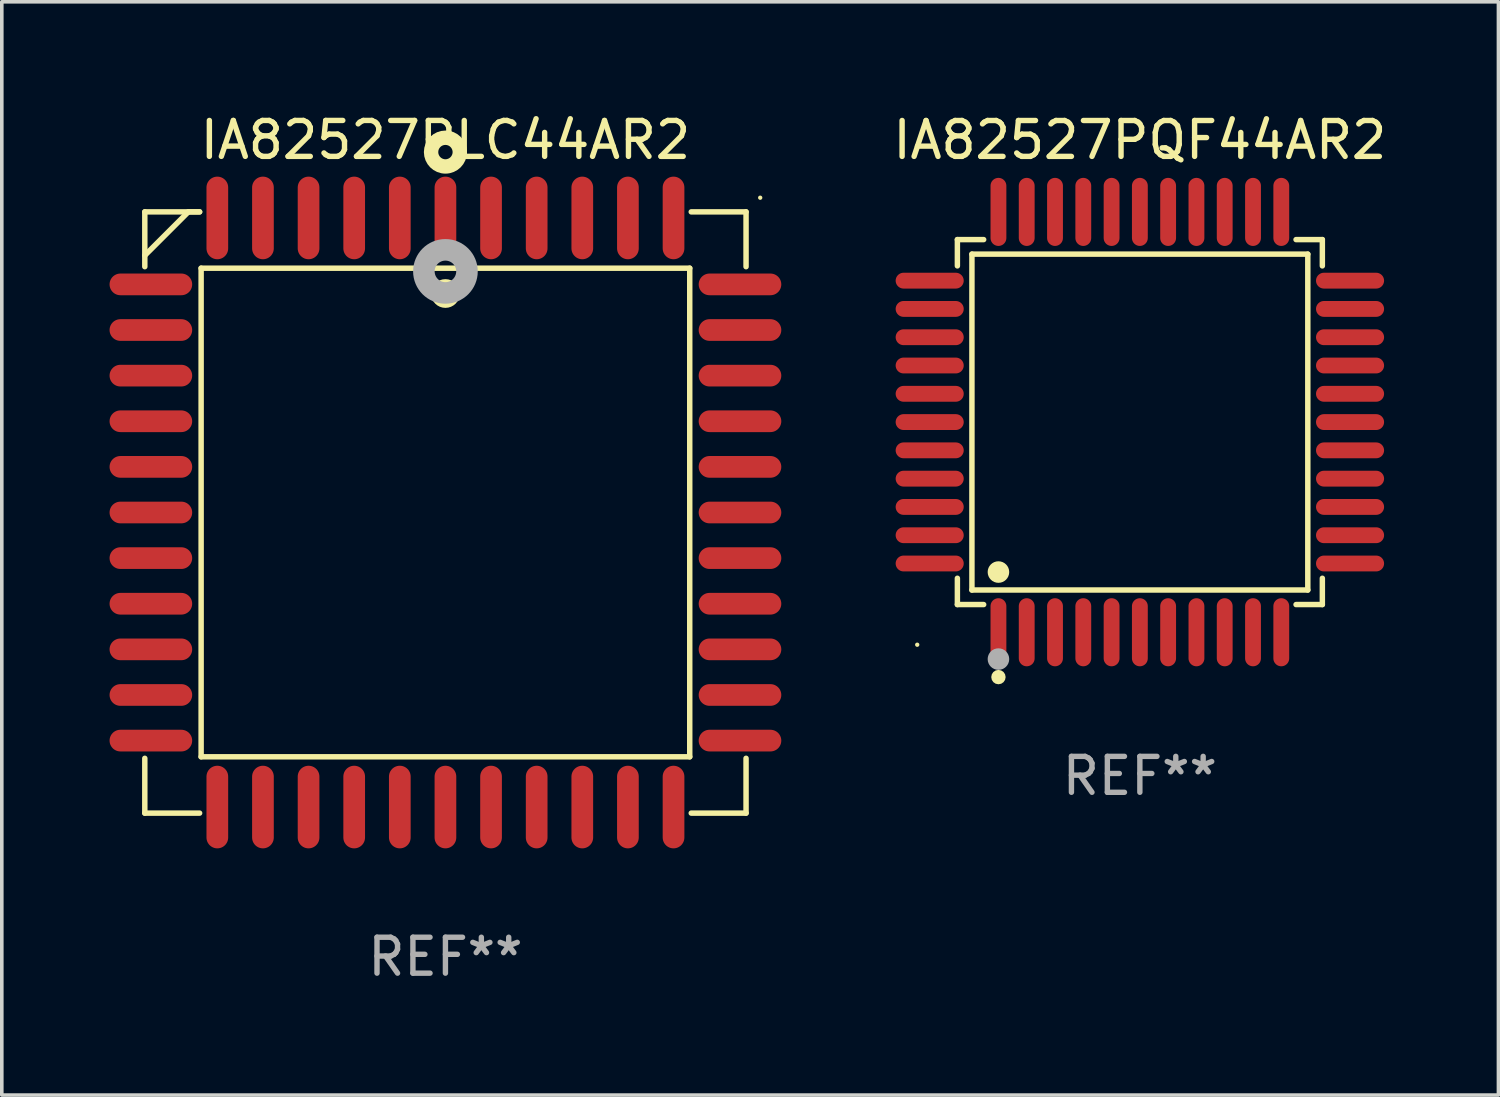
<source format=kicad_pcb>
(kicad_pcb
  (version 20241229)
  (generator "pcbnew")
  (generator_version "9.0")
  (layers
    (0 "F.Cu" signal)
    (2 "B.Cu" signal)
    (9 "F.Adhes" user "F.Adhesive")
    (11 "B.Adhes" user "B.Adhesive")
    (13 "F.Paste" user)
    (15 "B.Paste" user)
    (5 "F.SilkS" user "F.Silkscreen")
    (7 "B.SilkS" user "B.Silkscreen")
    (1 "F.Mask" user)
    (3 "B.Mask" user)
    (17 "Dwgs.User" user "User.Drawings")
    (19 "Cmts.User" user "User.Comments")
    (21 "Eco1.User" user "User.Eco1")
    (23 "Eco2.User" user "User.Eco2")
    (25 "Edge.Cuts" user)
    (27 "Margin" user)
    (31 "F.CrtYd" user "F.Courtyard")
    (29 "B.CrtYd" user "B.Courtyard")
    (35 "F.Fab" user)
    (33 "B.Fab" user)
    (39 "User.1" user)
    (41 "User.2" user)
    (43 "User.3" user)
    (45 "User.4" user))
  (footprint "IA82527PLC44AR2"
    (layer "F.Cu")
    (at 9.35 11.217)
    (property "Reference" "IA82527PLC44AR2" (at 0 -10.369 0) (layer "F.SilkS") (effects (font (size 1 1) (thickness 0.15))))
    (attr through_hole)
    (fp_line (start -8.369 -8.369) (end -8.369 -6.843) (stroke (width 0.152) (type solid)) (layer "F.SilkS"))
    (fp_line (start -8.369 8.369) (end -8.369 6.843) (stroke (width 0.152) (type solid)) (layer "F.SilkS"))
    (fp_line (start -7.156 -8.369) (end -8.369 -7.156) (stroke (width 0.152) (type solid)) (layer "F.SilkS"))
    (fp_line (start -6.843 -8.369) (end -8.369 -8.369) (stroke (width 0.152) (type solid)) (layer "F.SilkS"))
    (fp_line (start -6.843 -8.369) (end -7.156 -8.369) (stroke (width 0.152) (type solid)) (layer "F.SilkS"))
    (fp_line (start -6.843 8.369) (end -8.369 8.369) (stroke (width 0.152) (type solid)) (layer "F.SilkS"))
    (fp_line (start -6.801 -6.801) (end 6.801 -6.801) (stroke (width 0.152) (type solid)) (layer "F.SilkS"))
    (fp_line (start -6.801 6.801) (end -6.801 -6.801) (stroke (width 0.152) (type solid)) (layer "F.SilkS"))
    (fp_line (start 6.801 -6.801) (end 6.801 6.801) (stroke (width 0.152) (type solid)) (layer "F.SilkS"))
    (fp_line (start 6.801 6.801) (end -6.801 6.801) (stroke (width 0.152) (type solid)) (layer "F.SilkS"))
    (fp_line (start 6.843 -8.369) (end 8.369 -8.369) (stroke (width 0.152) (type solid)) (layer "F.SilkS"))
    (fp_line (start 6.843 8.369) (end 8.369 8.369) (stroke (width 0.152) (type solid)) (layer "F.SilkS"))
    (fp_line (start 8.369 -8.369) (end 8.369 -6.843) (stroke (width 0.152) (type solid)) (layer "F.SilkS"))
    (fp_line (start 8.369 8.369) (end 8.369 6.843) (stroke (width 0.152) (type solid)) (layer "F.SilkS"))
    (fp_circle (center -0.000013 -6.096) (end 0.2 -6.096) (stroke (width 0.4) (type solid)) (fill no) (layer "F.SilkS"))
    (fp_circle (center 0.000114 -10.033) (end 0.2 -10.033) (stroke (width 0.4) (type solid)) (fill no) (layer "F.SilkS"))
    (fp_circle (center 8.763 -8.763) (end 8.793 -8.763) (stroke (width 0.06) (type solid)) (fill no) (layer "F.SilkS"))
    (fp_circle (center 0.000114 -6.712) (end 0.3 -6.712) (stroke (width 0.6) (type solid)) (fill no) (layer "F.Fab"))
    (fp_text user "REF**" (at 0 12.369 0) (layer "F.Fab") (effects (font (size 1 1) (thickness 0.15))))
    (pad "1" smd oval (at 0.000114 -8.2) (size 0.604 2.3) (layers "F.Cu" "F.Mask" "F.Paste"))
    (pad "2" smd oval (at -1.27 -8.2) (size 0.604 2.3) (layers "F.Cu" "F.Mask" "F.Paste"))
    (pad "3" smd oval (at -2.54 -8.2) (size 0.604 2.3) (layers "F.Cu" "F.Mask" "F.Paste"))
    (pad "4" smd oval (at -3.81 -8.2) (size 0.604 2.3) (layers "F.Cu" "F.Mask" "F.Paste"))
    (pad "5" smd oval (at -5.08 -8.2) (size 0.604 2.3) (layers "F.Cu" "F.Mask" "F.Paste"))
    (pad "6" smd oval (at -6.35 -8.2) (size 0.604 2.3) (layers "F.Cu" "F.Mask" "F.Paste"))
    (pad "7" smd oval (at -8.2 -6.35) (size 2.3 0.604) (layers "F.Cu" "F.Mask" "F.Paste"))
    (pad "8" smd oval (at -8.2 -5.08) (size 2.3 0.604) (layers "F.Cu" "F.Mask" "F.Paste"))
    (pad "9" smd oval (at -8.2 -3.81) (size 2.3 0.604) (layers "F.Cu" "F.Mask" "F.Paste"))
    (pad "10" smd oval (at -8.2 -2.54) (size 2.3 0.604) (layers "F.Cu" "F.Mask" "F.Paste"))
    (pad "11" smd oval (at -8.2 -1.27) (size 2.3 0.604) (layers "F.Cu" "F.Mask" "F.Paste"))
    (pad "12" smd oval (at -8.2 0.000127) (size 2.3 0.604) (layers "F.Cu" "F.Mask" "F.Paste"))
    (pad "13" smd oval (at -8.2 1.27) (size 2.3 0.604) (layers "F.Cu" "F.Mask" "F.Paste"))
    (pad "14" smd oval (at -8.2 2.54) (size 2.3 0.604) (layers "F.Cu" "F.Mask" "F.Paste"))
    (pad "15" smd oval (at -8.2 3.81) (size 2.3 0.604) (layers "F.Cu" "F.Mask" "F.Paste"))
    (pad "16" smd oval (at -8.2 5.08) (size 2.3 0.604) (layers "F.Cu" "F.Mask" "F.Paste"))
    (pad "17" smd oval (at -8.2 6.35) (size 2.3 0.604) (layers "F.Cu" "F.Mask" "F.Paste"))
    (pad "18" smd oval (at -6.35 8.2) (size 0.604 2.3) (layers "F.Cu" "F.Mask" "F.Paste"))
    (pad "19" smd oval (at -5.08 8.2) (size 0.604 2.3) (layers "F.Cu" "F.Mask" "F.Paste"))
    (pad "20" smd oval (at -3.81 8.2) (size 0.604 2.3) (layers "F.Cu" "F.Mask" "F.Paste"))
    (pad "21" smd oval (at -2.54 8.2) (size 0.604 2.3) (layers "F.Cu" "F.Mask" "F.Paste"))
    (pad "22" smd oval (at -1.27 8.2) (size 0.604 2.3) (layers "F.Cu" "F.Mask" "F.Paste"))
    (pad "23" smd oval (at 0.000114 8.2) (size 0.604 2.3) (layers "F.Cu" "F.Mask" "F.Paste"))
    (pad "24" smd oval (at 1.27 8.2) (size 0.604 2.3) (layers "F.Cu" "F.Mask" "F.Paste"))
    (pad "25" smd oval (at 2.54 8.2) (size 0.604 2.3) (layers "F.Cu" "F.Mask" "F.Paste"))
    (pad "26" smd oval (at 3.81 8.2) (size 0.604 2.3) (layers "F.Cu" "F.Mask" "F.Paste"))
    (pad "27" smd oval (at 5.08 8.2) (size 0.604 2.3) (layers "F.Cu" "F.Mask" "F.Paste"))
    (pad "28" smd oval (at 6.35 8.2) (size 0.604 2.3) (layers "F.Cu" "F.Mask" "F.Paste"))
    (pad "29" smd oval (at 8.2 6.35) (size 2.3 0.604) (layers "F.Cu" "F.Mask" "F.Paste"))
    (pad "30" smd oval (at 8.2 5.08) (size 2.3 0.604) (layers "F.Cu" "F.Mask" "F.Paste"))
    (pad "31" smd oval (at 8.2 3.81) (size 2.3 0.604) (layers "F.Cu" "F.Mask" "F.Paste"))
    (pad "32" smd oval (at 8.2 2.54) (size 2.3 0.604) (layers "F.Cu" "F.Mask" "F.Paste"))
    (pad "33" smd oval (at 8.2 1.27) (size 2.3 0.604) (layers "F.Cu" "F.Mask" "F.Paste"))
    (pad "34" smd oval (at 8.2 0.000127) (size 2.3 0.604) (layers "F.Cu" "F.Mask" "F.Paste"))
    (pad "35" smd oval (at 8.2 -1.27) (size 2.3 0.604) (layers "F.Cu" "F.Mask" "F.Paste"))
    (pad "36" smd oval (at 8.2 -2.54) (size 2.3 0.604) (layers "F.Cu" "F.Mask" "F.Paste"))
    (pad "37" smd oval (at 8.2 -3.81) (size 2.3 0.604) (layers "F.Cu" "F.Mask" "F.Paste"))
    (pad "38" smd oval (at 8.2 -5.08) (size 2.3 0.604) (layers "F.Cu" "F.Mask" "F.Paste"))
    (pad "39" smd oval (at 8.2 -6.35) (size 2.3 0.604) (layers "F.Cu" "F.Mask" "F.Paste"))
    (pad "40" smd oval (at 6.35 -8.2) (size 0.604 2.3) (layers "F.Cu" "F.Mask" "F.Paste"))
    (pad "41" smd oval (at 5.08 -8.2) (size 0.604 2.3) (layers "F.Cu" "F.Mask" "F.Paste"))
    (pad "42" smd oval (at 3.81 -8.2) (size 0.604 2.3) (layers "F.Cu" "F.Mask" "F.Paste"))
    (pad "43" smd oval (at 2.54 -8.2) (size 0.604 2.3) (layers "F.Cu" "F.Mask" "F.Paste"))
    (pad "44" smd oval (at 1.27 -8.2) (size 0.604 2.3) (layers "F.Cu" "F.Mask" "F.Paste")))
  (footprint "IA82527PQF44AR2"
    (layer "F.Cu")
    (at 28.682 8.7)
    (property "Reference" "IA82527PQF44AR2" (at 0 -7.851 0) (layer "F.SilkS") (effects (font (size 1 1) (thickness 0.15))))
    (attr through_hole)
    (fp_line (start -5.08 -5.08) (end -4.348 -5.08) (stroke (width 0.152) (type solid)) (layer "F.SilkS"))
    (fp_line (start -5.08 -4.348) (end -5.08 -5.08) (stroke (width 0.152) (type solid)) (layer "F.SilkS"))
    (fp_line (start -5.08 4.348) (end -5.08 5.08) (stroke (width 0.152) (type solid)) (layer "F.SilkS"))
    (fp_line (start -5.08 5.08) (end -4.348 5.08) (stroke (width 0.152) (type solid)) (layer "F.SilkS"))
    (fp_line (start -4.675 -4.675) (end 4.675 -4.675) (stroke (width 0.152) (type solid)) (layer "F.SilkS"))
    (fp_line (start -4.675 4.675) (end -4.675 -4.675) (stroke (width 0.152) (type solid)) (layer "F.SilkS"))
    (fp_line (start 4.675 -4.675) (end 4.675 4.675) (stroke (width 0.152) (type solid)) (layer "F.SilkS"))
    (fp_line (start 4.675 4.675) (end -4.675 4.675) (stroke (width 0.152) (type solid)) (layer "F.SilkS"))
    (fp_line (start 5.08 -5.08) (end 4.348 -5.08) (stroke (width 0.152) (type solid)) (layer "F.SilkS"))
    (fp_line (start 5.08 -4.348) (end 5.08 -5.08) (stroke (width 0.152) (type solid)) (layer "F.SilkS"))
    (fp_line (start 5.08 4.348) (end 5.08 5.08) (stroke (width 0.152) (type solid)) (layer "F.SilkS"))
    (fp_line (start 5.08 5.08) (end 4.348 5.08) (stroke (width 0.152) (type solid)) (layer "F.SilkS"))
    (fp_circle (center -6.198 6.198) (end -6.168 6.198) (stroke (width 0.06) (type solid)) (fill no) (layer "F.SilkS"))
    (fp_circle (center -3.937 4.175) (end -3.787 4.175) (stroke (width 0.3) (type solid)) (fill no) (layer "F.SilkS"))
    (fp_circle (center -3.937 7.099) (end -3.837 7.099) (stroke (width 0.2) (type solid)) (fill no) (layer "F.SilkS"))
    (fp_circle (center -3.937 6.598) (end -3.787 6.598) (stroke (width 0.3) (type solid)) (fill no) (layer "F.Fab"))
    (fp_text user "REF**" (at 0 9.851 0) (layer "F.Fab") (effects (font (size 1 1) (thickness 0.15))))
    (pad "1" smd oval (at -3.937 5.851) (size 0.441 1.895) (layers "F.Cu" "F.Mask" "F.Paste"))
    (pad "2" smd oval (at -3.15 5.851) (size 0.441 1.895) (layers "F.Cu" "F.Mask" "F.Paste"))
    (pad "3" smd oval (at -2.362 5.851) (size 0.441 1.895) (layers "F.Cu" "F.Mask" "F.Paste"))
    (pad "4" smd oval (at -1.575 5.851) (size 0.441 1.895) (layers "F.Cu" "F.Mask" "F.Paste"))
    (pad "5" smd oval (at -0.787 5.851) (size 0.441 1.895) (layers "F.Cu" "F.Mask" "F.Paste"))
    (pad "6" smd oval (at 0 5.851) (size 0.441 1.895) (layers "F.Cu" "F.Mask" "F.Paste"))
    (pad "7" smd oval (at 0.787 5.851) (size 0.441 1.895) (layers "F.Cu" "F.Mask" "F.Paste"))
    (pad "8" smd oval (at 1.575 5.851) (size 0.441 1.895) (layers "F.Cu" "F.Mask" "F.Paste"))
    (pad "9" smd oval (at 2.362 5.851) (size 0.441 1.895) (layers "F.Cu" "F.Mask" "F.Paste"))
    (pad "10" smd oval (at 3.15 5.851) (size 0.441 1.895) (layers "F.Cu" "F.Mask" "F.Paste"))
    (pad "11" smd oval (at 3.937 5.851) (size 0.441 1.895) (layers "F.Cu" "F.Mask" "F.Paste"))
    (pad "12" smd oval (at 5.851 3.937) (size 1.895 0.441) (layers "F.Cu" "F.Mask" "F.Paste"))
    (pad "13" smd oval (at 5.851 3.15) (size 1.895 0.441) (layers "F.Cu" "F.Mask" "F.Paste"))
    (pad "14" smd oval (at 5.851 2.362) (size 1.895 0.441) (layers "F.Cu" "F.Mask" "F.Paste"))
    (pad "15" smd oval (at 5.851 1.575) (size 1.895 0.441) (layers "F.Cu" "F.Mask" "F.Paste"))
    (pad "16" smd oval (at 5.851 0.787) (size 1.895 0.441) (layers "F.Cu" "F.Mask" "F.Paste"))
    (pad "17" smd oval (at 5.851 0) (size 1.895 0.441) (layers "F.Cu" "F.Mask" "F.Paste"))
    (pad "18" smd oval (at 5.851 -0.787) (size 1.895 0.441) (layers "F.Cu" "F.Mask" "F.Paste"))
    (pad "19" smd oval (at 5.851 -1.575) (size 1.895 0.441) (layers "F.Cu" "F.Mask" "F.Paste"))
    (pad "20" smd oval (at 5.851 -2.362) (size 1.895 0.441) (layers "F.Cu" "F.Mask" "F.Paste"))
    (pad "21" smd oval (at 5.851 -3.15) (size 1.895 0.441) (layers "F.Cu" "F.Mask" "F.Paste"))
    (pad "22" smd oval (at 5.851 -3.937) (size 1.895 0.441) (layers "F.Cu" "F.Mask" "F.Paste"))
    (pad "23" smd oval (at 3.937 -5.851) (size 0.441 1.895) (layers "F.Cu" "F.Mask" "F.Paste"))
    (pad "24" smd oval (at 3.15 -5.851) (size 0.441 1.895) (layers "F.Cu" "F.Mask" "F.Paste"))
    (pad "25" smd oval (at 2.362 -5.851) (size 0.441 1.895) (layers "F.Cu" "F.Mask" "F.Paste"))
    (pad "26" smd oval (at 1.575 -5.851) (size 0.441 1.895) (layers "F.Cu" "F.Mask" "F.Paste"))
    (pad "27" smd oval (at 0.787 -5.851) (size 0.441 1.895) (layers "F.Cu" "F.Mask" "F.Paste"))
    (pad "28" smd oval (at 0 -5.851) (size 0.441 1.895) (layers "F.Cu" "F.Mask" "F.Paste"))
    (pad "29" smd oval (at -0.787 -5.851) (size 0.441 1.895) (layers "F.Cu" "F.Mask" "F.Paste"))
    (pad "30" smd oval (at -1.575 -5.851) (size 0.441 1.895) (layers "F.Cu" "F.Mask" "F.Paste"))
    (pad "31" smd oval (at -2.362 -5.851) (size 0.441 1.895) (layers "F.Cu" "F.Mask" "F.Paste"))
    (pad "32" smd oval (at -3.15 -5.851) (size 0.441 1.895) (layers "F.Cu" "F.Mask" "F.Paste"))
    (pad "33" smd oval (at -3.937 -5.851) (size 0.441 1.895) (layers "F.Cu" "F.Mask" "F.Paste"))
    (pad "34" smd oval (at -5.851 -3.937) (size 1.895 0.441) (layers "F.Cu" "F.Mask" "F.Paste"))
    (pad "35" smd oval (at -5.851 -3.15) (size 1.895 0.441) (layers "F.Cu" "F.Mask" "F.Paste"))
    (pad "36" smd oval (at -5.851 -2.362) (size 1.895 0.441) (layers "F.Cu" "F.Mask" "F.Paste"))
    (pad "37" smd oval (at -5.851 -1.575) (size 1.895 0.441) (layers "F.Cu" "F.Mask" "F.Paste"))
    (pad "38" smd oval (at -5.851 -0.787) (size 1.895 0.441) (layers "F.Cu" "F.Mask" "F.Paste"))
    (pad "39" smd oval (at -5.851 0) (size 1.895 0.441) (layers "F.Cu" "F.Mask" "F.Paste"))
    (pad "40" smd oval (at -5.851 0.787) (size 1.895 0.441) (layers "F.Cu" "F.Mask" "F.Paste"))
    (pad "41" smd oval (at -5.851 1.575) (size 1.895 0.441) (layers "F.Cu" "F.Mask" "F.Paste"))
    (pad "42" smd oval (at -5.851 2.362) (size 1.895 0.441) (layers "F.Cu" "F.Mask" "F.Paste"))
    (pad "43" smd oval (at -5.851 3.15) (size 1.895 0.441) (layers "F.Cu" "F.Mask" "F.Paste"))
    (pad "44" smd oval (at -5.851 3.937) (size 1.895 0.441) (layers "F.Cu" "F.Mask" "F.Paste")))
  (gr_rect
    (start -3 -3)
    (end 38.664 27.435)
    (stroke (width 0.1) (type default))
    (fill no)
    (layer "Edge.Cuts")))
</source>
